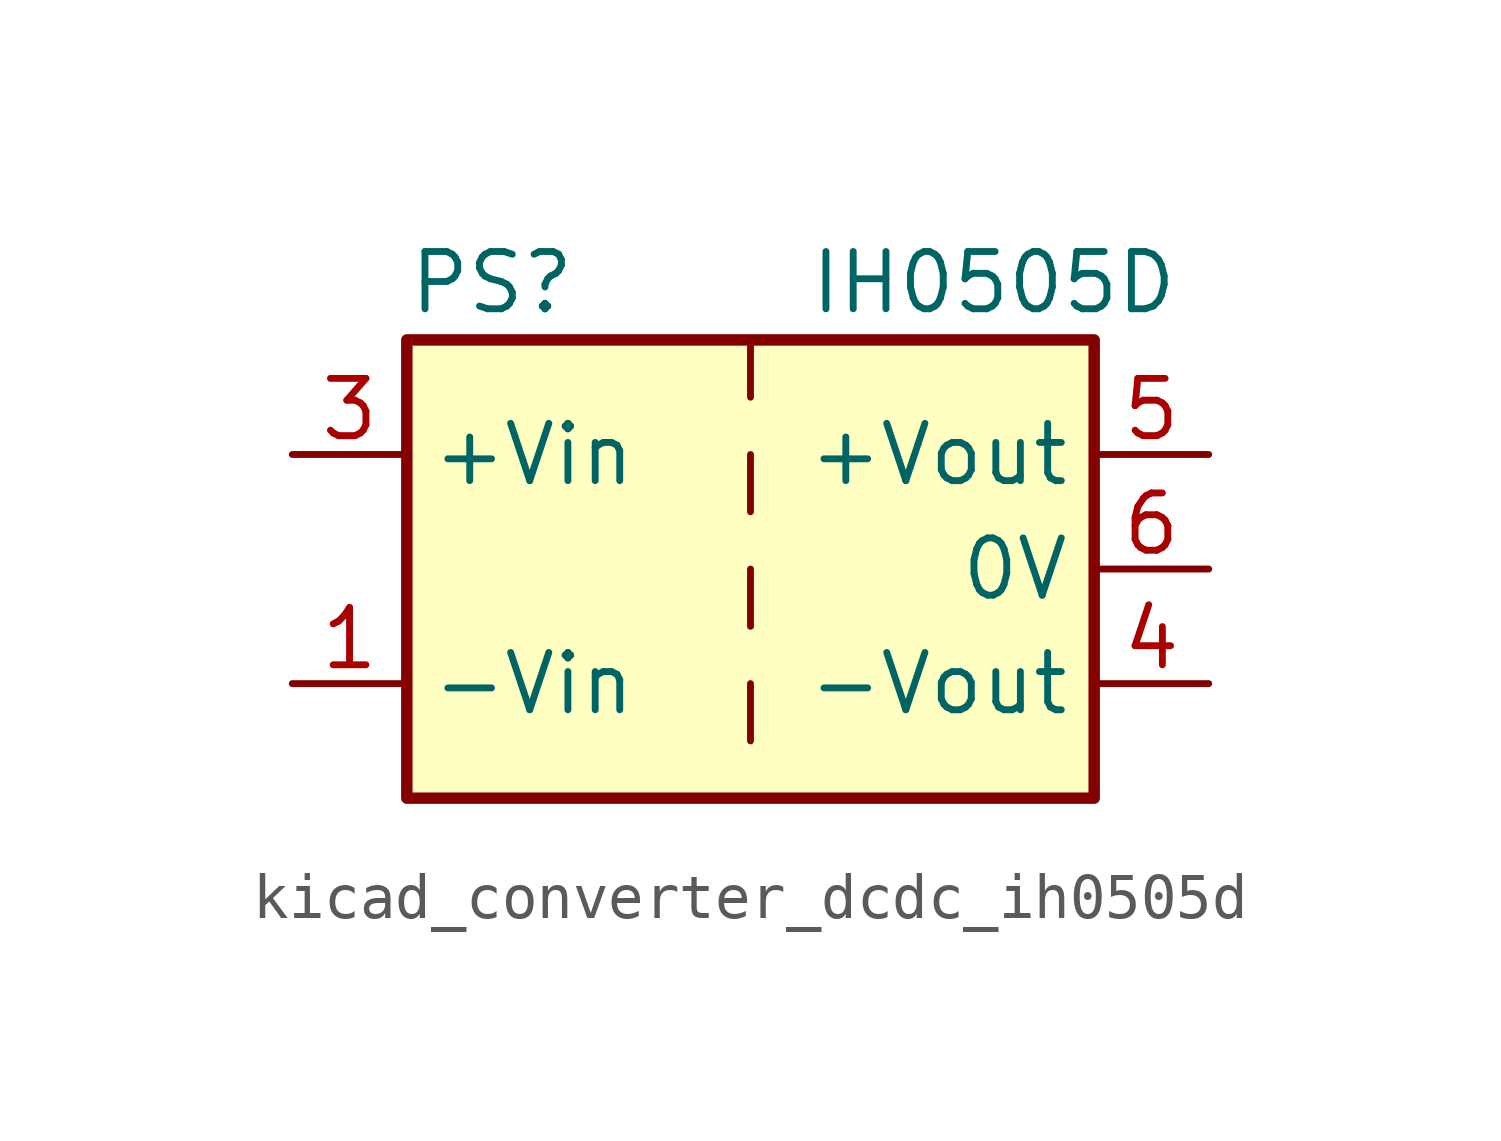
<source format=kicad_sym>
(kicad_symbol_lib
  (version 20220914)
  (generator kicad_symbol_editor)
  (symbol "kicad_converter_dcdc_ih0505d"
    (property "Reference" "PS"
      (at -7.62 6.35 0)
      (effects (font (size 1.27 1.27)) (justify left)))
    (property "Value" "IH0505D"
      (at 1.27 6.35 0)
      (effects (font (size 1.27 1.27)) (justify left)))
    (symbol "kicad_converter_dcdc_ih0505d_0_0"
      (pin power_in line (at -10.16 -2.54 0) (length 2.54) (name "-Vin" (effects (font (size 1.27 1.27)))) (number "1" (effects (font (size 1.27 1.27)))))
      (pin power_in line (at -10.16 2.54 0) (length 2.54) (name "+Vin" (effects (font (size 1.27 1.27)))) (number "3" (effects (font (size 1.27 1.27)))))
      (pin power_out line (at 10.16 -2.54 180) (length 2.54) (name "-Vout" (effects (font (size 1.27 1.27)))) (number "4" (effects (font (size 1.27 1.27)))))
      (pin power_out line (at 10.16 2.54 180) (length 2.54) (name "+Vout" (effects (font (size 1.27 1.27)))) (number "5" (effects (font (size 1.27 1.27)))))
      (pin power_out line (at 10.16 0 180) (length 2.54) (name "0V" (effects (font (size 1.27 1.27)))) (number "6" (effects (font (size 1.27 1.27))))))
    (symbol "kicad_converter_dcdc_ih0505d_0_1"
      (rectangle (start -7.62 5.08) (end 7.62 -5.08) (stroke (width 0.254) (type default)) (fill (type background)))
      (polyline (pts (xy 0 -2.54) (xy 0 -3.81)) (stroke (width 0) (type default)) (fill (type none)))
      (polyline (pts (xy 0 0) (xy 0 -1.27)) (stroke (width 0) (type default)) (fill (type none)))
      (polyline (pts (xy 0 2.54) (xy 0 1.27)) (stroke (width 0) (type default)) (fill (type none)))
      (polyline (pts (xy 0 5.08) (xy 0 3.81)) (stroke (width 0) (type default)) (fill (type none))))
    (symbol "kicad_converter_dcdc_ih0505d_1_1"
      (pin no_connect line (at 0 -5.08 90) (length 2.54) hide (name "NC" (effects (font (size 1.27 1.27)))) (number "2" (effects (font (size 1.27 1.27))))))))
</source>
